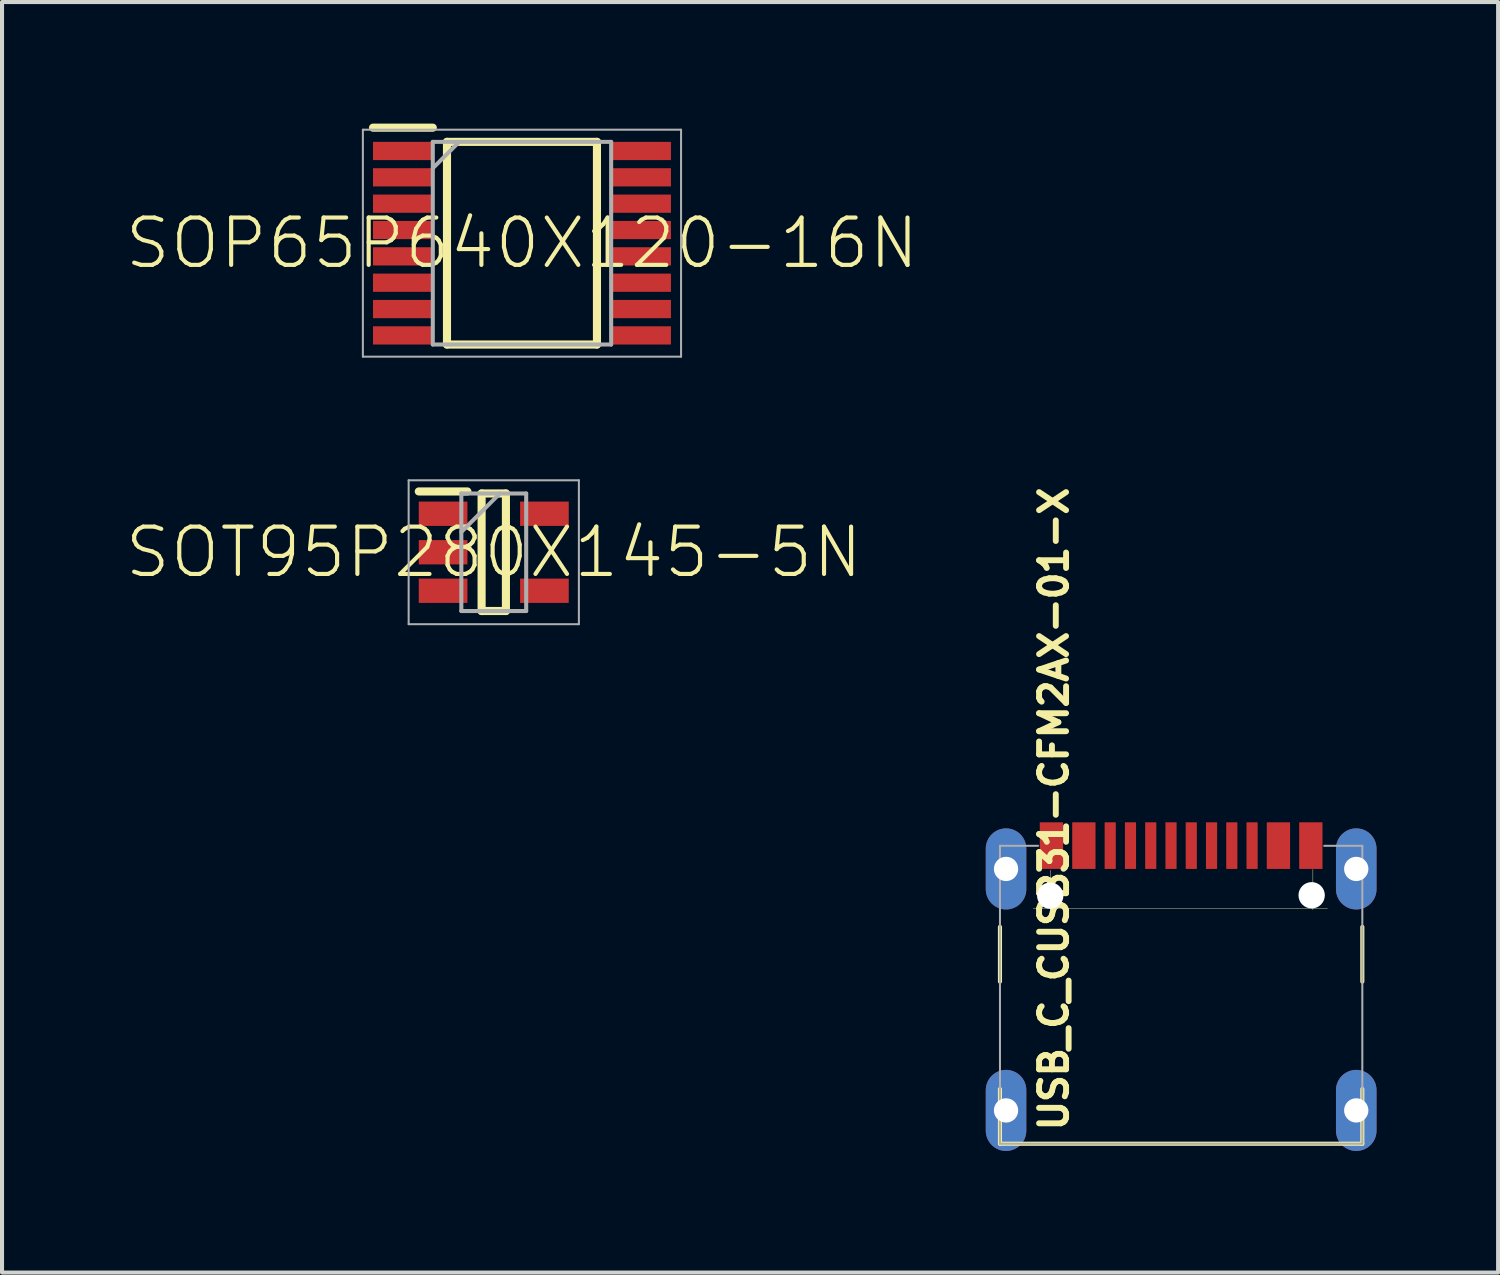
<source format=kicad_pcb>
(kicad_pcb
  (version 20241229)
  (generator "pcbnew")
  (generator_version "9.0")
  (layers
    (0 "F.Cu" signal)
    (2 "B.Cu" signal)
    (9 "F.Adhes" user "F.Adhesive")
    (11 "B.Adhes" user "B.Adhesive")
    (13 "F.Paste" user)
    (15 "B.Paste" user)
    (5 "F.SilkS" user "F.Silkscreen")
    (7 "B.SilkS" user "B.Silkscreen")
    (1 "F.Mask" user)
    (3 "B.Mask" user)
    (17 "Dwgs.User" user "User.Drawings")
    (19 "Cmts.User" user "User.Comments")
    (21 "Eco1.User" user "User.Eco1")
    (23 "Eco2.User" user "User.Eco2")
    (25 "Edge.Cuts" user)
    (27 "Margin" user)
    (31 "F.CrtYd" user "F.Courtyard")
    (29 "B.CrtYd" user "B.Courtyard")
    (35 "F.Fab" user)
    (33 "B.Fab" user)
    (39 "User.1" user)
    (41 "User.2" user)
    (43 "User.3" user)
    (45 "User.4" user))
  (footprint "SOT95P280X145-5N"
    (layer "F.Cu")
    (at 9.132 10.575)
    (property "Reference" "SOT95P280X145-5N" (at 0 0 0) (unlocked yes) (layer "F.SilkS") (effects (font (size 1.168 1.168) (thickness 0.102))))
    (fp_line (start -1.85 -1.5) (end -0.65 -1.5) (stroke (width 0.2) (type solid)) (layer "F.SilkS"))
    (fp_line (start -0.3 -1.45) (end 0.3 -1.45) (stroke (width 0.2) (type solid)) (layer "F.SilkS"))
    (fp_line (start -0.3 1.45) (end -0.3 -1.45) (stroke (width 0.2) (type solid)) (layer "F.SilkS"))
    (fp_line (start 0.3 -1.45) (end 0.3 1.45) (stroke (width 0.2) (type solid)) (layer "F.SilkS"))
    (fp_line (start 0.3 1.45) (end -0.3 1.45) (stroke (width 0.2) (type solid)) (layer "F.SilkS"))
    (fp_line (start -2.1 -1.775) (end 2.1 -1.775) (stroke (width 0.05) (type solid)) (layer "F.Fab"))
    (fp_line (start -2.1 1.775) (end -2.1 -1.775) (stroke (width 0.05) (type solid)) (layer "F.Fab"))
    (fp_line (start -0.8 -1.45) (end 0.8 -1.45) (stroke (width 0.1) (type solid)) (layer "F.Fab"))
    (fp_line (start -0.8 -0.5) (end 0.15 -1.45) (stroke (width 0.1) (type solid)) (layer "F.Fab"))
    (fp_line (start -0.8 1.45) (end -0.8 -1.45) (stroke (width 0.1) (type solid)) (layer "F.Fab"))
    (fp_line (start 0.8 -1.45) (end 0.8 1.45) (stroke (width 0.1) (type solid)) (layer "F.Fab"))
    (fp_line (start 0.8 1.45) (end -0.8 1.45) (stroke (width 0.1) (type solid)) (layer "F.Fab"))
    (fp_line (start 2.1 -1.775) (end 2.1 1.775) (stroke (width 0.05) (type solid)) (layer "F.Fab"))
    (fp_line (start 2.1 1.775) (end -2.1 1.775) (stroke (width 0.05) (type solid)) (layer "F.Fab"))
    (pad "1" smd rect (at -1.25 -0.95) (size 1.2 0.6) (layers "F.Cu" "F.Mask" "F.Paste"))
    (pad "2" smd rect (at -1.25 0) (size 1.2 0.6) (layers "F.Cu" "F.Mask" "F.Paste"))
    (pad "3" smd rect (at -1.25 0.95) (size 1.2 0.6) (layers "F.Cu" "F.Mask" "F.Paste"))
    (pad "4" smd rect (at 1.25 0.95) (size 1.2 0.6) (layers "F.Cu" "F.Mask" "F.Paste"))
    (pad "5" smd rect (at 1.25 -0.95) (size 1.2 0.6) (layers "F.Cu" "F.Mask" "F.Paste")))
  (footprint "USB_C_CUSB31-CFM2AX-01-X"
    (layer "F.Cu")
    (at 26.091 21.358)
    (property "Reference" "USB_C_CUSB31-CFM2AX-01-X" (at -2.75 3.56 90) (unlocked yes) (layer "F.SilkS") (effects (font (size 0.666 0.666) (thickness 0.146)) (justify left bottom)))
    (fp_line (start -4.47 -0.19) (end -4.47 -1.54) (stroke (width 0.102) (type solid)) (layer "F.SilkS"))
    (fp_line (start -4.47 3.81) (end -4.47 2.46) (stroke (width 0.102) (type solid)) (layer "F.SilkS"))
    (fp_line (start -3.65 -1.99) (end 3.61 -1.99) (stroke (width 0.01) (type solid)) (layer "F.SilkS"))
    (fp_line (start -3.22 -2.94) (end -3.22 -1.94) (stroke (width 0.01) (type solid)) (layer "F.SilkS"))
    (fp_line (start 3.25 -2.96) (end 3.25 -1.96) (stroke (width 0.01) (type solid)) (layer "F.SilkS"))
    (fp_line (start 4.47 -1.54) (end 4.47 -0.19) (stroke (width 0.102) (type solid)) (layer "F.SilkS"))
    (fp_line (start 4.47 2.46) (end 4.47 3.81) (stroke (width 0.102) (type solid)) (layer "F.SilkS"))
    (fp_line (start 4.47 3.81) (end -4.47 3.81) (stroke (width 0.102) (type solid)) (layer "F.SilkS"))
    (fp_poly (pts (xy -4.169 -3.939) (xy -4.034 -3.87) (xy -3.928 -3.763) (xy -3.835 -3.48) (xy -3.835 -2.464) (xy -3.859 -2.315) (xy -3.928 -2.18) (xy -4.034 -2.073) (xy -4.318 -1.981) (xy -4.449 -1.999) (xy -4.572 -2.049) (xy -4.677 -2.13) (xy -4.758 -2.235) (xy -4.826 -2.489) (xy -4.826 -3.454) (xy -4.809 -3.586) (xy -4.758 -3.708) (xy -4.677 -3.814) (xy -4.572 -3.894) (xy -4.318 -3.962)) (stroke (width 0) (type default)) (fill yes) (layer "F.Paste"))
    (fp_poly (pts (xy -4.156 2.018) (xy -4.022 2.086) (xy -3.915 2.193) (xy -3.823 2.477) (xy -3.823 3.493) (xy -3.846 3.642) (xy -3.915 3.776) (xy -4.022 3.883) (xy -4.305 3.975) (xy -4.437 3.958) (xy -4.559 3.907) (xy -4.665 3.826) (xy -4.745 3.721) (xy -4.813 3.467) (xy -4.813 2.502) (xy -4.796 2.37) (xy -4.745 2.248) (xy -4.665 2.143) (xy -4.559 2.062) (xy -4.305 1.994)) (stroke (width 0) (type default)) (fill yes) (layer "F.Paste"))
    (fp_poly (pts (xy 4.48 -3.951) (xy 4.614 -3.883) (xy 4.721 -3.776) (xy 4.813 -3.493) (xy 4.813 -2.477) (xy 4.79 -2.327) (xy 4.721 -2.193) (xy 4.614 -2.086) (xy 4.331 -1.994) (xy 4.199 -2.011) (xy 4.077 -2.062) (xy 3.971 -2.143) (xy 3.891 -2.248) (xy 3.823 -2.502) (xy 3.823 -3.467) (xy 3.84 -3.599) (xy 3.891 -3.721) (xy 3.971 -3.826) (xy 4.077 -3.907) (xy 4.331 -3.975)) (stroke (width 0) (type default)) (fill yes) (layer "F.Paste"))
    (fp_poly (pts (xy 4.48 2.018) (xy 4.614 2.086) (xy 4.721 2.193) (xy 4.813 2.477) (xy 4.813 3.493) (xy 4.79 3.642) (xy 4.721 3.776) (xy 4.614 3.883) (xy 4.331 3.975) (xy 4.199 3.958) (xy 4.077 3.907) (xy 3.971 3.826) (xy 3.891 3.721) (xy 3.823 3.467) (xy 3.823 2.502) (xy 3.84 2.37) (xy 3.891 2.248) (xy 3.971 2.143) (xy 4.077 2.062) (xy 4.331 1.994)) (stroke (width 0) (type default)) (fill yes) (layer "F.Paste"))
    (fp_line (start -4.47 -3.54) (end -3.53 -3.54) (stroke (width 0.05) (type solid)) (layer "F.Fab"))
    (fp_line (start -4.47 3.81) (end -4.47 -3.54) (stroke (width 0.05) (type solid)) (layer "F.Fab"))
    (fp_line (start 3.53 -3.54) (end 4.47 -3.54) (stroke (width 0.05) (type solid)) (layer "F.Fab"))
    (fp_line (start 4.47 -3.54) (end 4.47 3.81) (stroke (width 0.05) (type solid)) (layer "F.Fab"))
    (fp_line (start 4.47 3.81) (end -4.47 3.81) (stroke (width 0.05) (type solid)) (layer "F.Fab"))
    (pad "" np_thru_hole circle (at -3.23 -2.31) (size 0.65 0.65) (drill 0.65) (layers "*.Cu" "*.Mask"))
    (pad "" np_thru_hole circle (at 3.22 -2.32) (size 0.65 0.65) (drill 0.65) (layers "*.Cu" "*.Mask"))
    (pad "A1B12" smd rect (at -3.2 -3.545) (size 0.575 1.15) (layers "F.Cu" "F.Mask" "F.Paste"))
    (pad "A4B9" smd rect (at -2.4 -3.545) (size 0.575 1.15) (layers "F.Cu" "F.Mask" "F.Paste"))
    (pad "A5" smd rect (at -1.25 -3.545) (size 0.275 1.15) (layers "F.Cu" "F.Mask" "F.Paste"))
    (pad "A6" smd rect (at -0.25 -3.545) (size 0.275 1.15) (layers "F.Cu" "F.Mask" "F.Paste"))
    (pad "A7" smd rect (at 0.25 -3.545) (size 0.275 1.15) (layers "F.Cu" "F.Mask" "F.Paste"))
    (pad "A8" smd rect (at 1.25 -3.545) (size 0.275 1.15) (layers "F.Cu" "F.Mask" "F.Paste"))
    (pad "B1A12" smd rect (at 3.2 -3.545) (size 0.575 1.15) (layers "F.Cu" "F.Mask" "F.Paste"))
    (pad "B4A9" smd rect (at 2.4 -3.545) (size 0.575 1.15) (layers "F.Cu" "F.Mask" "F.Paste"))
    (pad "B5" smd rect (at 1.75 -3.545) (size 0.275 1.15) (layers "F.Cu" "F.Mask" "F.Paste"))
    (pad "B6" smd rect (at 0.75 -3.545) (size 0.275 1.15) (layers "F.Cu" "F.Mask" "F.Paste"))
    (pad "B7" smd rect (at -0.75 -3.545) (size 0.275 1.15) (layers "F.Cu" "F.Mask" "F.Paste"))
    (pad "B8" smd rect (at -1.75 -3.545) (size 0.275 1.15) (layers "F.Cu" "F.Mask" "F.Paste"))
    (pad "M1" thru_hole oval (at -4.32 -2.97 90) (size 2 1) (drill 0.6) (layers "*.Cu" "*.Mask"))
    (pad "M2" thru_hole oval (at 4.32 -2.97 90) (size 2 1) (drill 0.6) (layers "*.Cu" "*.Mask"))
    (pad "M3" thru_hole oval (at -4.32 2.988 90) (size 2 1) (drill 0.6) (layers "*.Cu" "*.Mask"))
    (pad "M4" thru_hole oval (at 4.32 2.988 90) (size 2 1) (drill 0.6) (layers "*.Cu" "*.Mask")))
  (footprint "SOP65P640X120-16N"
    (layer "F.Cu")
    (at 9.828 2.95)
    (property "Reference" "SOP65P640X120-16N" (at 0 0 0) (unlocked yes) (layer "F.SilkS") (effects (font (size 1.168 1.168) (thickness 0.102))))
    (fp_line (start -3.675 -2.85) (end -2.2 -2.85) (stroke (width 0.2) (type solid)) (layer "F.SilkS"))
    (fp_line (start -1.85 -2.5) (end 1.85 -2.5) (stroke (width 0.2) (type solid)) (layer "F.SilkS"))
    (fp_line (start -1.85 2.5) (end -1.85 -2.5) (stroke (width 0.2) (type solid)) (layer "F.SilkS"))
    (fp_line (start 1.85 -2.5) (end 1.85 2.5) (stroke (width 0.2) (type solid)) (layer "F.SilkS"))
    (fp_line (start 1.85 2.5) (end -1.85 2.5) (stroke (width 0.2) (type solid)) (layer "F.SilkS"))
    (fp_line (start -3.925 -2.8) (end 3.925 -2.8) (stroke (width 0.05) (type solid)) (layer "F.Fab"))
    (fp_line (start -3.925 2.8) (end -3.925 -2.8) (stroke (width 0.05) (type solid)) (layer "F.Fab"))
    (fp_line (start -2.2 -2.5) (end 2.2 -2.5) (stroke (width 0.1) (type solid)) (layer "F.Fab"))
    (fp_line (start -2.2 -1.85) (end -1.55 -2.5) (stroke (width 0.1) (type solid)) (layer "F.Fab"))
    (fp_line (start -2.2 2.5) (end -2.2 -2.5) (stroke (width 0.1) (type solid)) (layer "F.Fab"))
    (fp_line (start 2.2 -2.5) (end 2.2 2.5) (stroke (width 0.1) (type solid)) (layer "F.Fab"))
    (fp_line (start 2.2 2.5) (end -2.2 2.5) (stroke (width 0.1) (type solid)) (layer "F.Fab"))
    (fp_line (start 3.925 -2.8) (end 3.925 2.8) (stroke (width 0.05) (type solid)) (layer "F.Fab"))
    (fp_line (start 3.925 2.8) (end -3.925 2.8) (stroke (width 0.05) (type solid)) (layer "F.Fab"))
    (pad "1" smd rect (at -2.938 -2.275) (size 1.475 0.45) (layers "F.Cu" "F.Mask" "F.Paste"))
    (pad "2" smd rect (at -2.938 -1.625) (size 1.475 0.45) (layers "F.Cu" "F.Mask" "F.Paste"))
    (pad "3" smd rect (at -2.938 -0.975) (size 1.475 0.45) (layers "F.Cu" "F.Mask" "F.Paste"))
    (pad "4" smd rect (at -2.938 -0.325) (size 1.475 0.45) (layers "F.Cu" "F.Mask" "F.Paste"))
    (pad "5" smd rect (at -2.938 0.325) (size 1.475 0.45) (layers "F.Cu" "F.Mask" "F.Paste"))
    (pad "6" smd rect (at -2.938 0.975) (size 1.475 0.45) (layers "F.Cu" "F.Mask" "F.Paste"))
    (pad "7" smd rect (at -2.938 1.625) (size 1.475 0.45) (layers "F.Cu" "F.Mask" "F.Paste"))
    (pad "8" smd rect (at -2.938 2.275) (size 1.475 0.45) (layers "F.Cu" "F.Mask" "F.Paste"))
    (pad "9" smd rect (at 2.938 2.275) (size 1.475 0.45) (layers "F.Cu" "F.Mask" "F.Paste"))
    (pad "10" smd rect (at 2.938 1.625) (size 1.475 0.45) (layers "F.Cu" "F.Mask" "F.Paste"))
    (pad "11" smd rect (at 2.938 0.975) (size 1.475 0.45) (layers "F.Cu" "F.Mask" "F.Paste"))
    (pad "12" smd rect (at 2.938 0.325) (size 1.475 0.45) (layers "F.Cu" "F.Mask" "F.Paste"))
    (pad "13" smd rect (at 2.938 -0.325) (size 1.475 0.45) (layers "F.Cu" "F.Mask" "F.Paste"))
    (pad "14" smd rect (at 2.938 -0.975) (size 1.475 0.45) (layers "F.Cu" "F.Mask" "F.Paste"))
    (pad "15" smd rect (at 2.938 -1.625) (size 1.475 0.45) (layers "F.Cu" "F.Mask" "F.Paste"))
    (pad "16" smd rect (at 2.938 -2.275) (size 1.475 0.45) (layers "F.Cu" "F.Mask" "F.Paste")))
  (gr_rect
    (start -3 -3)
    (end 33.911 28.346)
    (stroke (width 0.1) (type default))
    (fill no)
    (layer "Edge.Cuts")))
</source>
